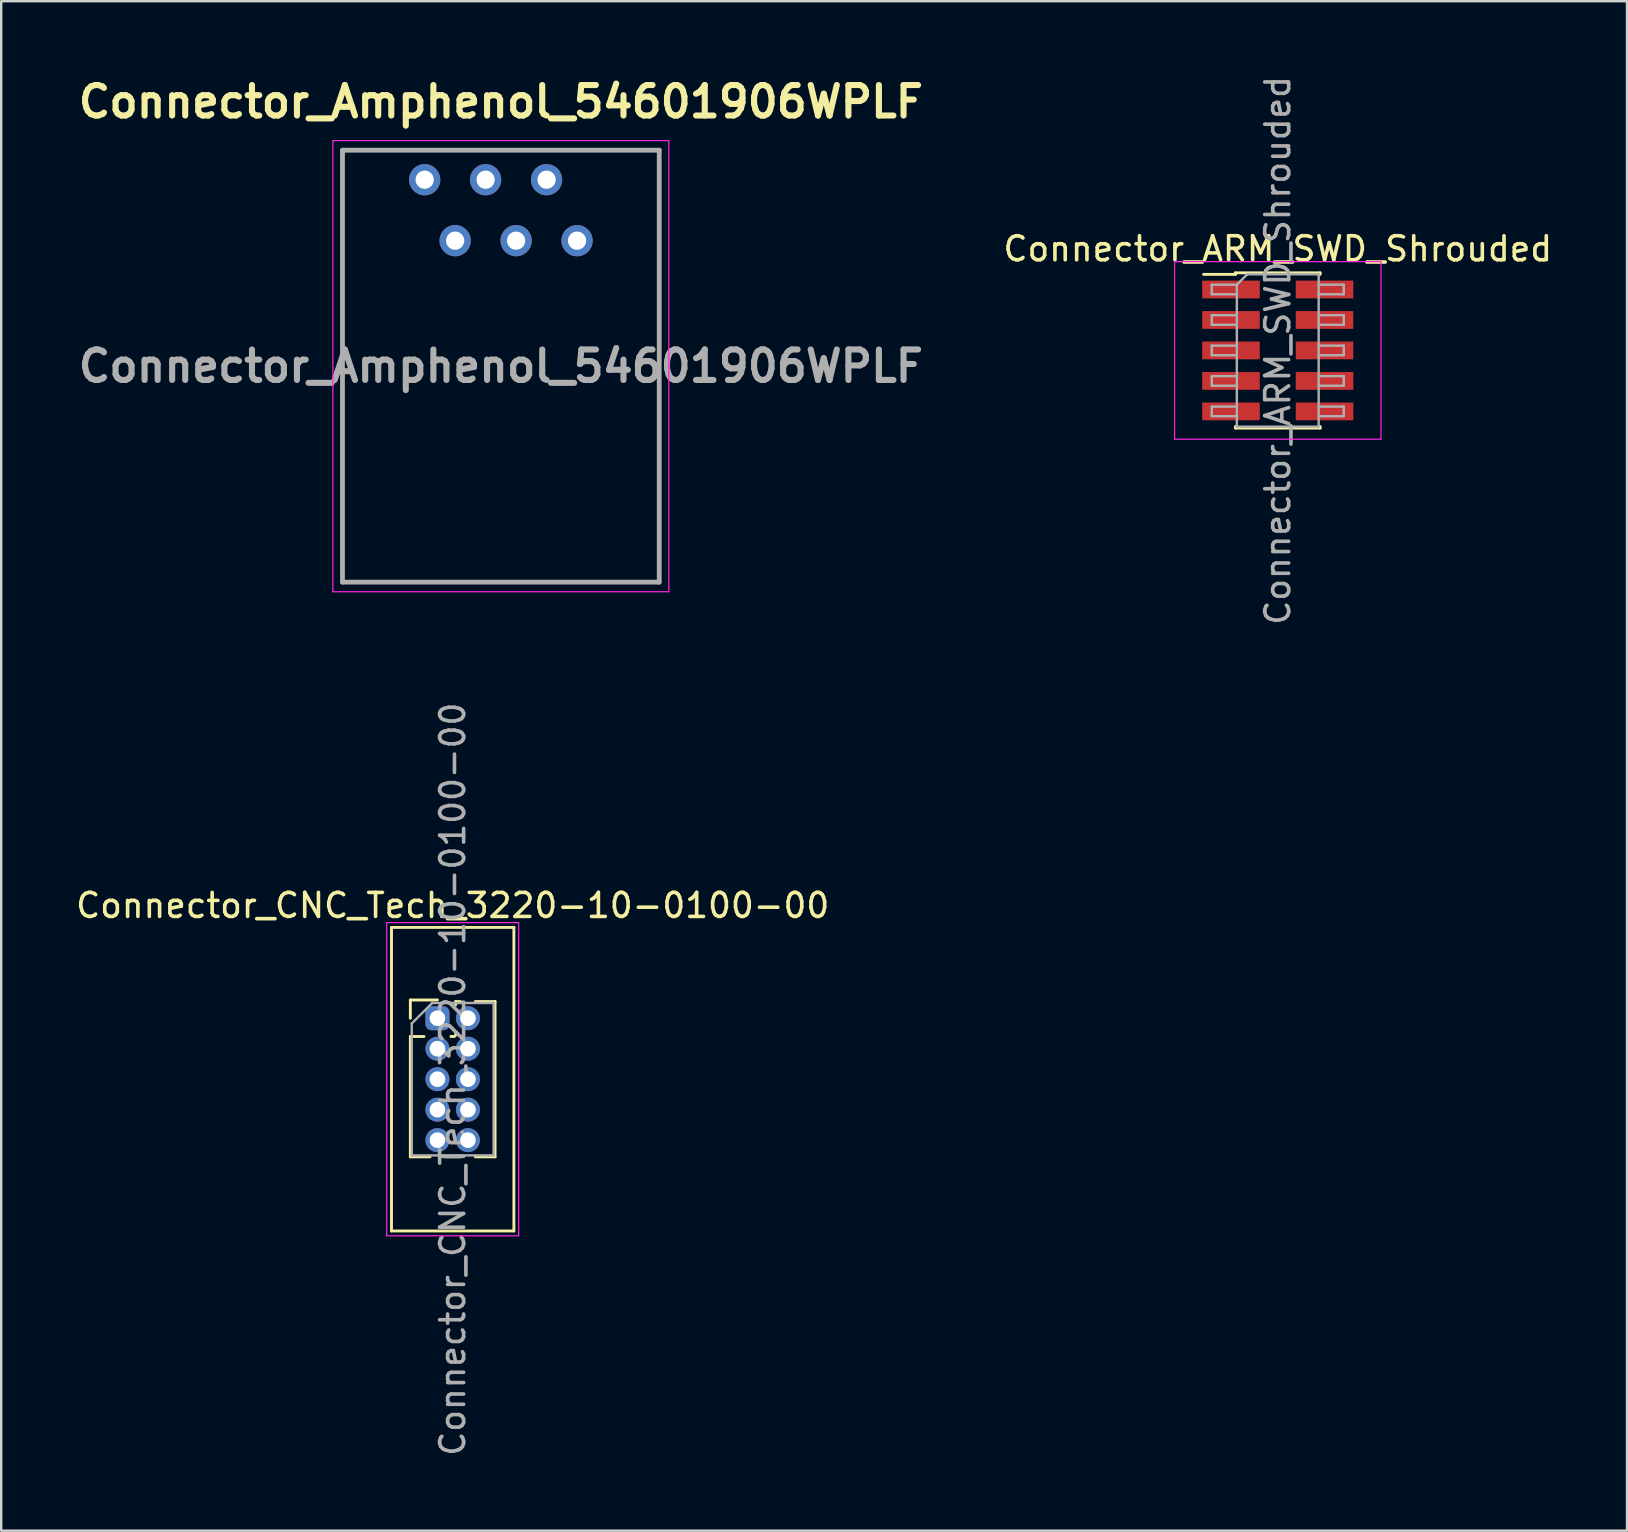
<source format=kicad_pcb>
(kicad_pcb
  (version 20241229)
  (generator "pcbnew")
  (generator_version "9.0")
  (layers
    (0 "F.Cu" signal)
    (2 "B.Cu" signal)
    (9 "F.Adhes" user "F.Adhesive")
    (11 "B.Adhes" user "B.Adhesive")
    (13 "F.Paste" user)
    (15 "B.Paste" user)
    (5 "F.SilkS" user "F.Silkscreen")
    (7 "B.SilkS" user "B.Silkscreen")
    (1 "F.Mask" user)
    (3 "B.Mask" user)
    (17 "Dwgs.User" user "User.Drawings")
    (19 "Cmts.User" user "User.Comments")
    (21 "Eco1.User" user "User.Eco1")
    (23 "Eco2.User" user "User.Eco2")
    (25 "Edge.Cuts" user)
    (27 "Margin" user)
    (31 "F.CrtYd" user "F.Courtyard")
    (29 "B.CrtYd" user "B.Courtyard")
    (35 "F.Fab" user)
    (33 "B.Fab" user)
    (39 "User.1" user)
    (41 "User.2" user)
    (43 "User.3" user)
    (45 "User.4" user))
  (footprint "Connector_ARM_SWD_Shrouded"
    (layer "F.Cu")
    (at 50.198 11.554)
    (property "Reference" "Connector_ARM_SWD_Shrouded" (at 0 -4.235 0) (layer "F.SilkS") (effects (font (size 1 1) (thickness 0.15))))
    (attr smd)
    (fp_line (start -3.09 -3.17) (end -1.765 -3.17) (stroke (width 0.12) (type solid)) (layer "F.SilkS"))
    (fp_line (start -1.765 -3.235) (end -1.765 -3.17) (stroke (width 0.12) (type solid)) (layer "F.SilkS"))
    (fp_line (start -1.765 -3.235) (end 1.765 -3.235) (stroke (width 0.12) (type solid)) (layer "F.SilkS"))
    (fp_line (start -1.765 3.17) (end -1.765 3.235) (stroke (width 0.12) (type solid)) (layer "F.SilkS"))
    (fp_line (start -1.765 3.235) (end 1.765 3.235) (stroke (width 0.12) (type solid)) (layer "F.SilkS"))
    (fp_line (start 1.765 -3.235) (end 1.765 -3.17) (stroke (width 0.12) (type solid)) (layer "F.SilkS"))
    (fp_line (start 1.765 3.17) (end 1.765 3.235) (stroke (width 0.12) (type solid)) (layer "F.SilkS"))
    (fp_line (start -4.3 -3.7) (end -4.3 3.7) (stroke (width 0.05) (type solid)) (layer "F.CrtYd"))
    (fp_line (start -4.3 3.7) (end 4.3 3.7) (stroke (width 0.05) (type solid)) (layer "F.CrtYd"))
    (fp_line (start 4.3 -3.7) (end -4.3 -3.7) (stroke (width 0.05) (type solid)) (layer "F.CrtYd"))
    (fp_line (start 4.3 3.7) (end 4.3 -3.7) (stroke (width 0.05) (type solid)) (layer "F.CrtYd"))
    (fp_line (start -2.75 -2.74) (end -2.75 -2.34) (stroke (width 0.1) (type solid)) (layer "F.Fab"))
    (fp_line (start -2.75 -2.34) (end -1.705 -2.34) (stroke (width 0.1) (type solid)) (layer "F.Fab"))
    (fp_line (start -2.75 -1.47) (end -2.75 -1.07) (stroke (width 0.1) (type solid)) (layer "F.Fab"))
    (fp_line (start -2.75 -1.07) (end -1.705 -1.07) (stroke (width 0.1) (type solid)) (layer "F.Fab"))
    (fp_line (start -2.75 -0.2) (end -2.75 0.2) (stroke (width 0.1) (type solid)) (layer "F.Fab"))
    (fp_line (start -2.75 0.2) (end -1.705 0.2) (stroke (width 0.1) (type solid)) (layer "F.Fab"))
    (fp_line (start -2.75 1.07) (end -2.75 1.47) (stroke (width 0.1) (type solid)) (layer "F.Fab"))
    (fp_line (start -2.75 1.47) (end -1.705 1.47) (stroke (width 0.1) (type solid)) (layer "F.Fab"))
    (fp_line (start -2.75 2.34) (end -2.75 2.74) (stroke (width 0.1) (type solid)) (layer "F.Fab"))
    (fp_line (start -2.75 2.74) (end -1.705 2.74) (stroke (width 0.1) (type solid)) (layer "F.Fab"))
    (fp_line (start -1.705 -2.74) (end -2.75 -2.74) (stroke (width 0.1) (type solid)) (layer "F.Fab"))
    (fp_line (start -1.705 -2.74) (end -1.27 -3.175) (stroke (width 0.1) (type solid)) (layer "F.Fab"))
    (fp_line (start -1.705 -1.47) (end -2.75 -1.47) (stroke (width 0.1) (type solid)) (layer "F.Fab"))
    (fp_line (start -1.705 -0.2) (end -2.75 -0.2) (stroke (width 0.1) (type solid)) (layer "F.Fab"))
    (fp_line (start -1.705 1.07) (end -2.75 1.07) (stroke (width 0.1) (type solid)) (layer "F.Fab"))
    (fp_line (start -1.705 2.34) (end -2.75 2.34) (stroke (width 0.1) (type solid)) (layer "F.Fab"))
    (fp_line (start -1.705 3.175) (end -1.705 -2.74) (stroke (width 0.1) (type solid)) (layer "F.Fab"))
    (fp_line (start -1.27 -3.175) (end 1.705 -3.175) (stroke (width 0.1) (type solid)) (layer "F.Fab"))
    (fp_line (start 1.705 -3.175) (end 1.705 3.175) (stroke (width 0.1) (type solid)) (layer "F.Fab"))
    (fp_line (start 1.705 -2.74) (end 2.75 -2.74) (stroke (width 0.1) (type solid)) (layer "F.Fab"))
    (fp_line (start 1.705 -1.47) (end 2.75 -1.47) (stroke (width 0.1) (type solid)) (layer "F.Fab"))
    (fp_line (start 1.705 -0.2) (end 2.75 -0.2) (stroke (width 0.1) (type solid)) (layer "F.Fab"))
    (fp_line (start 1.705 1.07) (end 2.75 1.07) (stroke (width 0.1) (type solid)) (layer "F.Fab"))
    (fp_line (start 1.705 2.34) (end 2.75 2.34) (stroke (width 0.1) (type solid)) (layer "F.Fab"))
    (fp_line (start 1.705 3.175) (end -1.705 3.175) (stroke (width 0.1) (type solid)) (layer "F.Fab"))
    (fp_line (start 2.75 -2.74) (end 2.75 -2.34) (stroke (width 0.1) (type solid)) (layer "F.Fab"))
    (fp_line (start 2.75 -2.34) (end 1.705 -2.34) (stroke (width 0.1) (type solid)) (layer "F.Fab"))
    (fp_line (start 2.75 -1.47) (end 2.75 -1.07) (stroke (width 0.1) (type solid)) (layer "F.Fab"))
    (fp_line (start 2.75 -1.07) (end 1.705 -1.07) (stroke (width 0.1) (type solid)) (layer "F.Fab"))
    (fp_line (start 2.75 -0.2) (end 2.75 0.2) (stroke (width 0.1) (type solid)) (layer "F.Fab"))
    (fp_line (start 2.75 0.2) (end 1.705 0.2) (stroke (width 0.1) (type solid)) (layer "F.Fab"))
    (fp_line (start 2.75 1.07) (end 2.75 1.47) (stroke (width 0.1) (type solid)) (layer "F.Fab"))
    (fp_line (start 2.75 1.47) (end 1.705 1.47) (stroke (width 0.1) (type solid)) (layer "F.Fab"))
    (fp_line (start 2.75 2.34) (end 2.75 2.74) (stroke (width 0.1) (type solid)) (layer "F.Fab"))
    (fp_line (start 2.75 2.74) (end 1.705 2.74) (stroke (width 0.1) (type solid)) (layer "F.Fab"))
    (fp_text user "${REFERENCE}" (at 0 0 90) (layer "F.Fab") (effects (font (size 1 1) (thickness 0.15))))
    (pad "1" smd rect (at -1.95 -2.54) (size 2.4 0.74) (layers "F.Cu" "F.Mask" "F.Paste"))
    (pad "2" smd rect (at 1.95 -2.54) (size 2.4 0.74) (layers "F.Cu" "F.Mask" "F.Paste"))
    (pad "3" smd rect (at -1.95 -1.27) (size 2.4 0.74) (layers "F.Cu" "F.Mask" "F.Paste"))
    (pad "4" smd rect (at 1.95 -1.27) (size 2.4 0.74) (layers "F.Cu" "F.Mask" "F.Paste"))
    (pad "5" smd rect (at -1.95 0) (size 2.4 0.74) (layers "F.Cu" "F.Mask" "F.Paste"))
    (pad "6" smd rect (at 1.95 0) (size 2.4 0.74) (layers "F.Cu" "F.Mask" "F.Paste"))
    (pad "7" smd rect (at -1.95 1.27) (size 2.4 0.74) (layers "F.Cu" "F.Mask" "F.Paste"))
    (pad "8" smd rect (at 1.95 1.27) (size 2.4 0.74) (layers "F.Cu" "F.Mask" "F.Paste"))
    (pad "9" smd rect (at -1.95 2.54) (size 2.4 0.74) (layers "F.Cu" "F.Mask" "F.Paste"))
    (pad "10" smd rect (at 1.95 2.54) (size 2.4 0.74) (layers "F.Cu" "F.Mask" "F.Paste")))
  (footprint "Connector_CNC_Tech_3220-10-0100-00"
    (layer "F.Cu")
    (at 15.18 39.383)
    (property "Reference" "Connector_CNC_Tech_3220-10-0100-00" (at 0.635 -4.7 0) (layer "F.SilkS") (effects (font (size 1 1) (thickness 0.15))))
    (attr through_hole)
    (fp_line (start -1.915 -3.785) (end -1.915 8.865) (stroke (width 0.12) (type solid)) (layer "F.SilkS"))
    (fp_line (start -1.915 8.865) (end 3.185 8.865) (stroke (width 0.12) (type solid)) (layer "F.SilkS"))
    (fp_line (start -1.13 -0.76) (end 0 -0.76) (stroke (width 0.12) (type solid)) (layer "F.SilkS"))
    (fp_line (start -1.13 0) (end -1.13 -0.76) (stroke (width 0.12) (type solid)) (layer "F.SilkS"))
    (fp_line (start -1.13 0.76) (end -1.13 5.775) (stroke (width 0.12) (type solid)) (layer "F.SilkS"))
    (fp_line (start -1.13 0.76) (end -0.563 0.76) (stroke (width 0.12) (type solid)) (layer "F.SilkS"))
    (fp_line (start -1.13 5.775) (end -0.308 5.775) (stroke (width 0.12) (type solid)) (layer "F.SilkS"))
    (fp_line (start 0.308 5.775) (end 0.962 5.775) (stroke (width 0.12) (type solid)) (layer "F.SilkS"))
    (fp_line (start 0.563 0.76) (end 0.707 0.76) (stroke (width 0.12) (type solid)) (layer "F.SilkS"))
    (fp_line (start 0.76 -0.695) (end 0.962 -0.695) (stroke (width 0.12) (type solid)) (layer "F.SilkS"))
    (fp_line (start 0.76 -0.563) (end 0.76 -0.695) (stroke (width 0.12) (type solid)) (layer "F.SilkS"))
    (fp_line (start 0.76 0.707) (end 0.76 0.563) (stroke (width 0.12) (type solid)) (layer "F.SilkS"))
    (fp_line (start 1.578 -0.695) (end 2.4 -0.695) (stroke (width 0.12) (type solid)) (layer "F.SilkS"))
    (fp_line (start 1.578 5.775) (end 2.4 5.775) (stroke (width 0.12) (type solid)) (layer "F.SilkS"))
    (fp_line (start 2.4 -0.695) (end 2.4 5.775) (stroke (width 0.12) (type solid)) (layer "F.SilkS"))
    (fp_line (start 3.185 -3.785) (end -1.915 -3.785) (stroke (width 0.12) (type solid)) (layer "F.SilkS"))
    (fp_line (start 3.185 -3.785) (end 3.185 8.865) (stroke (width 0.12) (type solid)) (layer "F.SilkS"))
    (fp_line (start -2.115 -3.985) (end -2.115 9.065) (stroke (width 0.05) (type solid)) (layer "F.CrtYd"))
    (fp_line (start -2.115 9.065) (end 3.385 9.065) (stroke (width 0.05) (type solid)) (layer "F.CrtYd"))
    (fp_line (start 3.385 -3.985) (end -2.115 -3.985) (stroke (width 0.05) (type solid)) (layer "F.CrtYd"))
    (fp_line (start 3.385 9.065) (end 3.385 -3.985) (stroke (width 0.05) (type solid)) (layer "F.CrtYd"))
    (fp_line (start -1.07 0.217) (end -0.217 -0.635) (stroke (width 0.1) (type solid)) (layer "F.Fab"))
    (fp_line (start -1.07 5.715) (end -1.07 0.217) (stroke (width 0.1) (type solid)) (layer "F.Fab"))
    (fp_line (start -0.217 -0.635) (end 2.34 -0.635) (stroke (width 0.1) (type solid)) (layer "F.Fab"))
    (fp_line (start 2.34 -0.635) (end 2.34 5.715) (stroke (width 0.1) (type solid)) (layer "F.Fab"))
    (fp_line (start 2.34 5.715) (end -1.07 5.715) (stroke (width 0.1) (type solid)) (layer "F.Fab"))
    (fp_text user "${REFERENCE}" (at 0.635 2.54 90) (layer "F.Fab") (effects (font (size 1 1) (thickness 0.15))))
    (pad "1" thru_hole roundrect (at 0 0) (size 1 1) (drill 0.65) (layers "*.Cu" "*.Mask") (roundrect_rratio 0.25))
    (pad "2" thru_hole oval (at 1.27 0) (size 1 1) (drill 0.65) (layers "*.Cu" "*.Mask"))
    (pad "3" thru_hole oval (at 0 1.27) (size 1 1) (drill 0.65) (layers "*.Cu" "*.Mask"))
    (pad "4" thru_hole oval (at 1.27 1.27) (size 1 1) (drill 0.65) (layers "*.Cu" "*.Mask"))
    (pad "5" thru_hole oval (at 0 2.54) (size 1 1) (drill 0.65) (layers "*.Cu" "*.Mask"))
    (pad "6" thru_hole oval (at 1.27 2.54) (size 1 1) (drill 0.65) (layers "*.Cu" "*.Mask"))
    (pad "7" thru_hole oval (at 0 3.81) (size 1 1) (drill 0.65) (layers "*.Cu" "*.Mask"))
    (pad "8" thru_hole oval (at 1.27 3.81) (size 1 1) (drill 0.65) (layers "*.Cu" "*.Mask"))
    (pad "9" thru_hole oval (at 0 5.08) (size 1 1) (drill 0.65) (layers "*.Cu" "*.Mask"))
    (pad "10" thru_hole oval (at 1.27 5.08) (size 1 1) (drill 0.65) (layers "*.Cu" "*.Mask")))
  (footprint "Connector_Amphenol_54601906WPLF"
    (layer "F.Cu")
    (at 14.647 4.439)
    (property "Reference" "Connector_Amphenol_54601906WPLF" (at 3.175 -3.25 0) (layer "F.SilkS") (effects (font (size 1.27 1.27) (thickness 0.254))))
    (attr through_hole)
    (fp_line (start -3.425 -1.23) (end 9.775 -1.23) (stroke (width 0.1) (type solid)) (layer "F.SilkS"))
    (fp_line (start -3.425 6.89) (end -3.425 -1.23) (stroke (width 0.1) (type solid)) (layer "F.SilkS"))
    (fp_line (start -3.425 10.89) (end -3.425 16.77) (stroke (width 0.1) (type solid)) (layer "F.SilkS"))
    (fp_line (start -3.425 16.77) (end 9.775 16.77) (stroke (width 0.1) (type solid)) (layer "F.SilkS"))
    (fp_line (start 9.775 -1.23) (end 9.775 6.89) (stroke (width 0.1) (type solid)) (layer "F.SilkS"))
    (fp_line (start 9.775 16.77) (end 9.775 10.89) (stroke (width 0.1) (type solid)) (layer "F.SilkS"))
    (fp_line (start -3.825 -1.63) (end 10.175 -1.63) (stroke (width 0.05) (type solid)) (layer "F.CrtYd"))
    (fp_line (start -3.825 17.17) (end -3.825 -1.63) (stroke (width 0.05) (type solid)) (layer "F.CrtYd"))
    (fp_line (start 10.175 -1.63) (end 10.175 17.17) (stroke (width 0.05) (type solid)) (layer "F.CrtYd"))
    (fp_line (start 10.175 17.17) (end -3.825 17.17) (stroke (width 0.05) (type solid)) (layer "F.CrtYd"))
    (fp_line (start -3.425 -1.23) (end 9.775 -1.23) (stroke (width 0.2) (type solid)) (layer "F.Fab"))
    (fp_line (start -3.425 16.77) (end -3.425 -1.23) (stroke (width 0.2) (type solid)) (layer "F.Fab"))
    (fp_line (start 9.775 -1.23) (end 9.775 16.77) (stroke (width 0.2) (type solid)) (layer "F.Fab"))
    (fp_line (start 9.775 16.77) (end -3.425 16.77) (stroke (width 0.2) (type solid)) (layer "F.Fab"))
    (fp_text user "${REFERENCE}" (at 3.175 7.77 0) (layer "F.Fab") (effects (font (size 1.27 1.27) (thickness 0.254))))
    (pad "" np_thru_hole circle (at -1.905 8.89) (size 0.001 0.001) (drill 3.35) (layers "*.Cu" "*.Mask"))
    (pad "" np_thru_hole circle (at 8.255 8.89) (size 0.001 0.001) (drill 3.35) (layers "*.Cu" "*.Mask"))
    (pad "1" thru_hole circle (at 0 0) (size 1.303 1.303) (drill 0.76) (layers "*.Cu" "*.Mask"))
    (pad "2" thru_hole circle (at 1.27 2.54) (size 1.303 1.303) (drill 0.76) (layers "*.Cu" "*.Mask"))
    (pad "3" thru_hole circle (at 2.54 0) (size 1.303 1.303) (drill 0.76) (layers "*.Cu" "*.Mask"))
    (pad "4" thru_hole circle (at 3.81 2.54) (size 1.303 1.303) (drill 0.76) (layers "*.Cu" "*.Mask"))
    (pad "5" thru_hole circle (at 5.08 0) (size 1.303 1.303) (drill 0.76) (layers "*.Cu" "*.Mask"))
    (pad "6" thru_hole circle (at 6.35 2.54) (size 1.303 1.303) (drill 0.76) (layers "*.Cu" "*.Mask")))
  (gr_rect
    (start -3 -3)
    (end 64.752 60.738)
    (stroke (width 0.1) (type default))
    (fill no)
    (layer "Edge.Cuts")))
</source>
